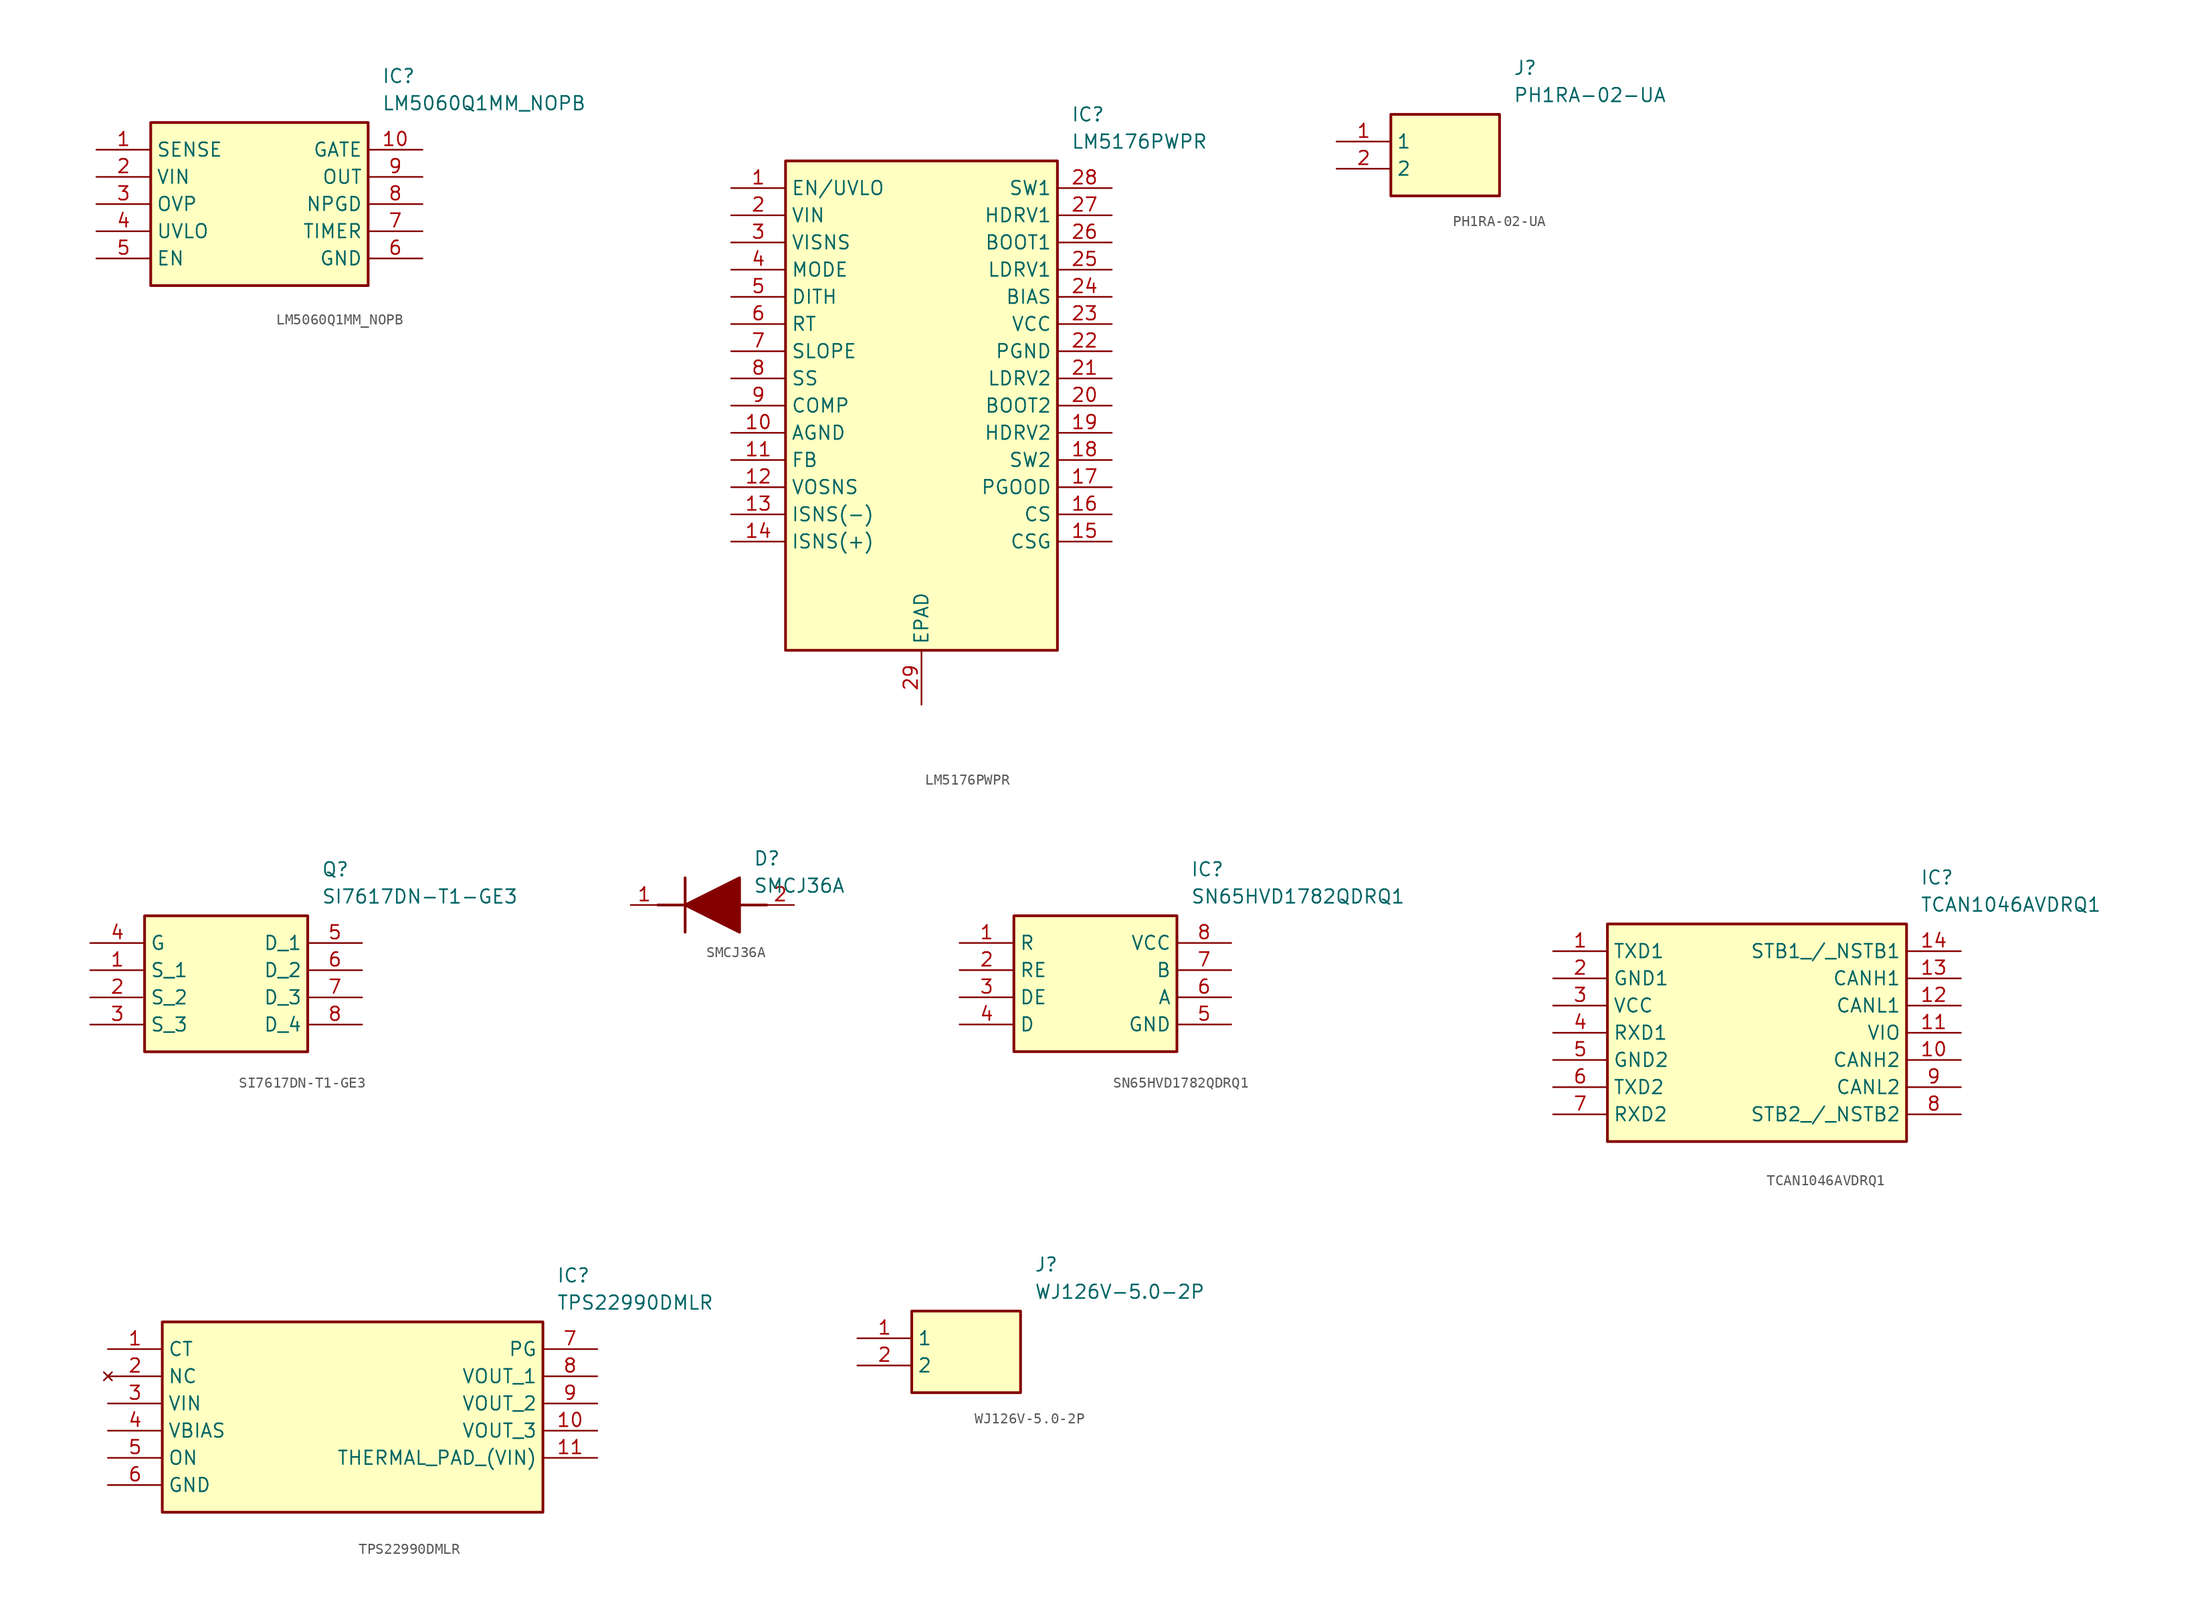
<source format=kicad_sym>
(kicad_symbol_lib
  (version 20241209)
  (generator "kicad_symbol_editor")
  (generator_version "9.0")
  (symbol "LM5060Q1MM_NOPB"
    (property "Reference" "IC"
      (at 26.67 7.62 0)
      (effects (font (size 1.27 1.27)) (justify left top)))
    (property "Value" "LM5060Q1MM_NOPB"
      (at 26.67 5.08 0)
      (effects (font (size 1.27 1.27)) (justify left top)))
    (symbol "LM5060Q1MM_NOPB_1_1"
      (rectangle (start 5.08 2.54) (end 25.4 -12.7) (stroke (width 0.254) (type default)) (fill (type background)))
      (pin passive line (at 0 0 0) (length 5.08) (name "SENSE" (effects (font (size 1.27 1.27)))) (number "1" (effects (font (size 1.27 1.27)))))
      (pin passive line (at 0 -2.54 0) (length 5.08) (name "VIN" (effects (font (size 1.27 1.27)))) (number "2" (effects (font (size 1.27 1.27)))))
      (pin passive line (at 0 -5.08 0) (length 5.08) (name "OVP" (effects (font (size 1.27 1.27)))) (number "3" (effects (font (size 1.27 1.27)))))
      (pin passive line (at 0 -7.62 0) (length 5.08) (name "UVLO" (effects (font (size 1.27 1.27)))) (number "4" (effects (font (size 1.27 1.27)))))
      (pin passive line (at 0 -10.16 0) (length 5.08) (name "EN" (effects (font (size 1.27 1.27)))) (number "5" (effects (font (size 1.27 1.27)))))
      (pin passive line (at 30.48 0 180) (length 5.08) (name "GATE" (effects (font (size 1.27 1.27)))) (number "10" (effects (font (size 1.27 1.27)))))
      (pin passive line (at 30.48 -2.54 180) (length 5.08) (name "OUT" (effects (font (size 1.27 1.27)))) (number "9" (effects (font (size 1.27 1.27)))))
      (pin passive line (at 30.48 -5.08 180) (length 5.08) (name "NPGD" (effects (font (size 1.27 1.27)))) (number "8" (effects (font (size 1.27 1.27)))))
      (pin passive line (at 30.48 -7.62 180) (length 5.08) (name "TIMER" (effects (font (size 1.27 1.27)))) (number "7" (effects (font (size 1.27 1.27)))))
      (pin passive line (at 30.48 -10.16 180) (length 5.08) (name "GND" (effects (font (size 1.27 1.27)))) (number "6" (effects (font (size 1.27 1.27)))))))
  (symbol "LM5176PWPR"
    (property "Reference" "IC"
      (at 31.75 7.62 0)
      (effects (font (size 1.27 1.27)) (justify left top)))
    (property "Value" "LM5176PWPR"
      (at 31.75 5.08 0)
      (effects (font (size 1.27 1.27)) (justify left top)))
    (symbol "LM5176PWPR_1_1"
      (rectangle (start 5.08 2.54) (end 30.48 -43.18) (stroke (width 0.254) (type default)) (fill (type background)))
      (pin passive line (at 0 0 0) (length 5.08) (name "EN/UVLO" (effects (font (size 1.27 1.27)))) (number "1" (effects (font (size 1.27 1.27)))))
      (pin passive line (at 0 -2.54 0) (length 5.08) (name "VIN" (effects (font (size 1.27 1.27)))) (number "2" (effects (font (size 1.27 1.27)))))
      (pin passive line (at 0 -5.08 0) (length 5.08) (name "VISNS" (effects (font (size 1.27 1.27)))) (number "3" (effects (font (size 1.27 1.27)))))
      (pin passive line (at 0 -7.62 0) (length 5.08) (name "MODE" (effects (font (size 1.27 1.27)))) (number "4" (effects (font (size 1.27 1.27)))))
      (pin passive line (at 0 -10.16 0) (length 5.08) (name "DITH" (effects (font (size 1.27 1.27)))) (number "5" (effects (font (size 1.27 1.27)))))
      (pin passive line (at 0 -12.7 0) (length 5.08) (name "RT" (effects (font (size 1.27 1.27)))) (number "6" (effects (font (size 1.27 1.27)))))
      (pin passive line (at 0 -15.24 0) (length 5.08) (name "SLOPE" (effects (font (size 1.27 1.27)))) (number "7" (effects (font (size 1.27 1.27)))))
      (pin passive line (at 0 -17.78 0) (length 5.08) (name "SS" (effects (font (size 1.27 1.27)))) (number "8" (effects (font (size 1.27 1.27)))))
      (pin passive line (at 0 -20.32 0) (length 5.08) (name "COMP" (effects (font (size 1.27 1.27)))) (number "9" (effects (font (size 1.27 1.27)))))
      (pin passive line (at 0 -22.86 0) (length 5.08) (name "AGND" (effects (font (size 1.27 1.27)))) (number "10" (effects (font (size 1.27 1.27)))))
      (pin passive line (at 0 -25.4 0) (length 5.08) (name "FB" (effects (font (size 1.27 1.27)))) (number "11" (effects (font (size 1.27 1.27)))))
      (pin passive line (at 0 -27.94 0) (length 5.08) (name "VOSNS" (effects (font (size 1.27 1.27)))) (number "12" (effects (font (size 1.27 1.27)))))
      (pin passive line (at 0 -30.48 0) (length 5.08) (name "ISNS(-)" (effects (font (size 1.27 1.27)))) (number "13" (effects (font (size 1.27 1.27)))))
      (pin passive line (at 0 -33.02 0) (length 5.08) (name "ISNS(+)" (effects (font (size 1.27 1.27)))) (number "14" (effects (font (size 1.27 1.27)))))
      (pin passive line (at 17.78 -48.26 90) (length 5.08) (name "EPAD" (effects (font (size 1.27 1.27)))) (number "29" (effects (font (size 1.27 1.27)))))
      (pin passive line (at 35.56 0 180) (length 5.08) (name "SW1" (effects (font (size 1.27 1.27)))) (number "28" (effects (font (size 1.27 1.27)))))
      (pin passive line (at 35.56 -2.54 180) (length 5.08) (name "HDRV1" (effects (font (size 1.27 1.27)))) (number "27" (effects (font (size 1.27 1.27)))))
      (pin passive line (at 35.56 -5.08 180) (length 5.08) (name "BOOT1" (effects (font (size 1.27 1.27)))) (number "26" (effects (font (size 1.27 1.27)))))
      (pin passive line (at 35.56 -7.62 180) (length 5.08) (name "LDRV1" (effects (font (size 1.27 1.27)))) (number "25" (effects (font (size 1.27 1.27)))))
      (pin passive line (at 35.56 -10.16 180) (length 5.08) (name "BIAS" (effects (font (size 1.27 1.27)))) (number "24" (effects (font (size 1.27 1.27)))))
      (pin passive line (at 35.56 -12.7 180) (length 5.08) (name "VCC" (effects (font (size 1.27 1.27)))) (number "23" (effects (font (size 1.27 1.27)))))
      (pin passive line (at 35.56 -15.24 180) (length 5.08) (name "PGND" (effects (font (size 1.27 1.27)))) (number "22" (effects (font (size 1.27 1.27)))))
      (pin passive line (at 35.56 -17.78 180) (length 5.08) (name "LDRV2" (effects (font (size 1.27 1.27)))) (number "21" (effects (font (size 1.27 1.27)))))
      (pin passive line (at 35.56 -20.32 180) (length 5.08) (name "BOOT2" (effects (font (size 1.27 1.27)))) (number "20" (effects (font (size 1.27 1.27)))))
      (pin passive line (at 35.56 -22.86 180) (length 5.08) (name "HDRV2" (effects (font (size 1.27 1.27)))) (number "19" (effects (font (size 1.27 1.27)))))
      (pin passive line (at 35.56 -25.4 180) (length 5.08) (name "SW2" (effects (font (size 1.27 1.27)))) (number "18" (effects (font (size 1.27 1.27)))))
      (pin passive line (at 35.56 -27.94 180) (length 5.08) (name "PGOOD" (effects (font (size 1.27 1.27)))) (number "17" (effects (font (size 1.27 1.27)))))
      (pin passive line (at 35.56 -30.48 180) (length 5.08) (name "CS" (effects (font (size 1.27 1.27)))) (number "16" (effects (font (size 1.27 1.27)))))
      (pin passive line (at 35.56 -33.02 180) (length 5.08) (name "CSG" (effects (font (size 1.27 1.27)))) (number "15" (effects (font (size 1.27 1.27)))))))
  (symbol "PH1RA-02-UA"
    (property "Reference" "J"
      (at 16.51 7.62 0)
      (effects (font (size 1.27 1.27)) (justify left top)))
    (property "Value" "PH1RA-02-UA"
      (at 16.51 5.08 0)
      (effects (font (size 1.27 1.27)) (justify left top)))
    (symbol "PH1RA-02-UA_1_1"
      (rectangle (start 5.08 2.54) (end 15.24 -5.08) (stroke (width 0.254) (type default)) (fill (type background)))
      (pin passive line (at 0 0 0) (length 5.08) (name "1" (effects (font (size 1.27 1.27)))) (number "1" (effects (font (size 1.27 1.27)))))
      (pin passive line (at 0 -2.54 0) (length 5.08) (name "2" (effects (font (size 1.27 1.27)))) (number "2" (effects (font (size 1.27 1.27)))))))
  (symbol "SI7617DN-T1-GE3"
    (property "Reference" "Q"
      (at 21.59 7.62 0)
      (effects (font (size 1.27 1.27)) (justify left top)))
    (property "Value" "SI7617DN-T1-GE3"
      (at 21.59 5.08 0)
      (effects (font (size 1.27 1.27)) (justify left top)))
    (symbol "SI7617DN-T1-GE3_1_1"
      (rectangle (start 5.08 2.54) (end 20.32 -10.16) (stroke (width 0.254) (type default)) (fill (type background)))
      (pin passive line (at 0 0 0) (length 5.08) (name "G" (effects (font (size 1.27 1.27)))) (number "4" (effects (font (size 1.27 1.27)))))
      (pin passive line (at 0 -2.54 0) (length 5.08) (name "S_1" (effects (font (size 1.27 1.27)))) (number "1" (effects (font (size 1.27 1.27)))))
      (pin passive line (at 0 -5.08 0) (length 5.08) (name "S_2" (effects (font (size 1.27 1.27)))) (number "2" (effects (font (size 1.27 1.27)))))
      (pin passive line (at 0 -7.62 0) (length 5.08) (name "S_3" (effects (font (size 1.27 1.27)))) (number "3" (effects (font (size 1.27 1.27)))))
      (pin passive line (at 25.4 0 180) (length 5.08) (name "D_1" (effects (font (size 1.27 1.27)))) (number "5" (effects (font (size 1.27 1.27)))))
      (pin passive line (at 25.4 -2.54 180) (length 5.08) (name "D_2" (effects (font (size 1.27 1.27)))) (number "6" (effects (font (size 1.27 1.27)))))
      (pin passive line (at 25.4 -5.08 180) (length 5.08) (name "D_3" (effects (font (size 1.27 1.27)))) (number "7" (effects (font (size 1.27 1.27)))))
      (pin passive line (at 25.4 -7.62 180) (length 5.08) (name "D_4" (effects (font (size 1.27 1.27)))) (number "8" (effects (font (size 1.27 1.27)))))))
  (symbol "SMCJ36A"
    (pin_names
      (hide yes))
    (property "Reference" "D"
      (at 11.43 5.08 0)
      (effects (font (size 1.27 1.27)) (justify left top)))
    (property "Value" "SMCJ36A"
      (at 11.43 2.54 0)
      (effects (font (size 1.27 1.27)) (justify left top)))
    (symbol "SMCJ36A_1_1"
      (polyline (pts (xy 2.54 0) (xy 5.08 0)) (stroke (width 0.254) (type default)) (fill (type none)))
      (polyline (pts (xy 5.08 2.54) (xy 5.08 -2.54)) (stroke (width 0.254) (type default)) (fill (type none)))
      (polyline (pts (xy 5.08 0) (xy 10.16 2.54) (xy 10.16 -2.54) (xy 5.08 0)) (stroke (width 0.254) (type default)) (fill (type outline)))
      (polyline (pts (xy 10.16 0) (xy 12.7 0)) (stroke (width 0.254) (type default)) (fill (type none)))
      (pin passive line (at 0 0 0) (length 2.54) (name "K" (effects (font (size 1.27 1.27)))) (number "1" (effects (font (size 1.27 1.27)))))
      (pin passive line (at 15.24 0 180) (length 2.54) (name "A" (effects (font (size 1.27 1.27)))) (number "2" (effects (font (size 1.27 1.27)))))))
  (symbol "SN65HVD1782QDRQ1"
    (property "Reference" "IC"
      (at 21.59 7.62 0)
      (effects (font (size 1.27 1.27)) (justify left top)))
    (property "Value" "SN65HVD1782QDRQ1"
      (at 21.59 5.08 0)
      (effects (font (size 1.27 1.27)) (justify left top)))
    (symbol "SN65HVD1782QDRQ1_1_1"
      (rectangle (start 5.08 2.54) (end 20.32 -10.16) (stroke (width 0.254) (type default)) (fill (type background)))
      (pin passive line (at 0 0 0) (length 5.08) (name "R" (effects (font (size 1.27 1.27)))) (number "1" (effects (font (size 1.27 1.27)))))
      (pin passive line (at 0 -2.54 0) (length 5.08) (name "RE" (effects (font (size 1.27 1.27)))) (number "2" (effects (font (size 1.27 1.27)))))
      (pin passive line (at 0 -5.08 0) (length 5.08) (name "DE" (effects (font (size 1.27 1.27)))) (number "3" (effects (font (size 1.27 1.27)))))
      (pin passive line (at 0 -7.62 0) (length 5.08) (name "D" (effects (font (size 1.27 1.27)))) (number "4" (effects (font (size 1.27 1.27)))))
      (pin passive line (at 25.4 0 180) (length 5.08) (name "VCC" (effects (font (size 1.27 1.27)))) (number "8" (effects (font (size 1.27 1.27)))))
      (pin passive line (at 25.4 -2.54 180) (length 5.08) (name "B" (effects (font (size 1.27 1.27)))) (number "7" (effects (font (size 1.27 1.27)))))
      (pin passive line (at 25.4 -5.08 180) (length 5.08) (name "A" (effects (font (size 1.27 1.27)))) (number "6" (effects (font (size 1.27 1.27)))))
      (pin passive line (at 25.4 -7.62 180) (length 5.08) (name "GND" (effects (font (size 1.27 1.27)))) (number "5" (effects (font (size 1.27 1.27)))))))
  (symbol "TCAN1046AVDRQ1"
    (property "Reference" "IC"
      (at 34.29 7.62 0)
      (effects (font (size 1.27 1.27)) (justify left top)))
    (property "Value" "TCAN1046AVDRQ1"
      (at 34.29 5.08 0)
      (effects (font (size 1.27 1.27)) (justify left top)))
    (symbol "TCAN1046AVDRQ1_1_1"
      (rectangle (start 5.08 2.54) (end 33.02 -17.78) (stroke (width 0.254) (type default)) (fill (type background)))
      (pin passive line (at 0 0 0) (length 5.08) (name "TXD1" (effects (font (size 1.27 1.27)))) (number "1" (effects (font (size 1.27 1.27)))))
      (pin passive line (at 0 -2.54 0) (length 5.08) (name "GND1" (effects (font (size 1.27 1.27)))) (number "2" (effects (font (size 1.27 1.27)))))
      (pin passive line (at 0 -5.08 0) (length 5.08) (name "VCC" (effects (font (size 1.27 1.27)))) (number "3" (effects (font (size 1.27 1.27)))))
      (pin passive line (at 0 -7.62 0) (length 5.08) (name "RXD1" (effects (font (size 1.27 1.27)))) (number "4" (effects (font (size 1.27 1.27)))))
      (pin passive line (at 0 -10.16 0) (length 5.08) (name "GND2" (effects (font (size 1.27 1.27)))) (number "5" (effects (font (size 1.27 1.27)))))
      (pin passive line (at 0 -12.7 0) (length 5.08) (name "TXD2" (effects (font (size 1.27 1.27)))) (number "6" (effects (font (size 1.27 1.27)))))
      (pin passive line (at 0 -15.24 0) (length 5.08) (name "RXD2" (effects (font (size 1.27 1.27)))) (number "7" (effects (font (size 1.27 1.27)))))
      (pin passive line (at 38.1 0 180) (length 5.08) (name "STB1_/_NSTB1" (effects (font (size 1.27 1.27)))) (number "14" (effects (font (size 1.27 1.27)))))
      (pin passive line (at 38.1 -2.54 180) (length 5.08) (name "CANH1" (effects (font (size 1.27 1.27)))) (number "13" (effects (font (size 1.27 1.27)))))
      (pin passive line (at 38.1 -5.08 180) (length 5.08) (name "CANL1" (effects (font (size 1.27 1.27)))) (number "12" (effects (font (size 1.27 1.27)))))
      (pin passive line (at 38.1 -7.62 180) (length 5.08) (name "VIO" (effects (font (size 1.27 1.27)))) (number "11" (effects (font (size 1.27 1.27)))))
      (pin passive line (at 38.1 -10.16 180) (length 5.08) (name "CANH2" (effects (font (size 1.27 1.27)))) (number "10" (effects (font (size 1.27 1.27)))))
      (pin passive line (at 38.1 -12.7 180) (length 5.08) (name "CANL2" (effects (font (size 1.27 1.27)))) (number "9" (effects (font (size 1.27 1.27)))))
      (pin passive line (at 38.1 -15.24 180) (length 5.08) (name "STB2_/_NSTB2" (effects (font (size 1.27 1.27)))) (number "8" (effects (font (size 1.27 1.27)))))))
  (symbol "TPS22990DMLR"
    (property "Reference" "IC"
      (at 41.91 7.62 0)
      (effects (font (size 1.27 1.27)) (justify left top)))
    (property "Value" "TPS22990DMLR"
      (at 41.91 5.08 0)
      (effects (font (size 1.27 1.27)) (justify left top)))
    (symbol "TPS22990DMLR_1_1"
      (rectangle (start 5.08 2.54) (end 40.64 -15.24) (stroke (width 0.254) (type default)) (fill (type background)))
      (pin passive line (at 0 0 0) (length 5.08) (name "CT" (effects (font (size 1.27 1.27)))) (number "1" (effects (font (size 1.27 1.27)))))
      (pin no_connect line (at 0 -2.54 0) (length 5.08) (name "NC" (effects (font (size 1.27 1.27)))) (number "2" (effects (font (size 1.27 1.27)))))
      (pin passive line (at 0 -5.08 0) (length 5.08) (name "VIN" (effects (font (size 1.27 1.27)))) (number "3" (effects (font (size 1.27 1.27)))))
      (pin passive line (at 0 -7.62 0) (length 5.08) (name "VBIAS" (effects (font (size 1.27 1.27)))) (number "4" (effects (font (size 1.27 1.27)))))
      (pin passive line (at 0 -10.16 0) (length 5.08) (name "ON" (effects (font (size 1.27 1.27)))) (number "5" (effects (font (size 1.27 1.27)))))
      (pin passive line (at 0 -12.7 0) (length 5.08) (name "GND" (effects (font (size 1.27 1.27)))) (number "6" (effects (font (size 1.27 1.27)))))
      (pin passive line (at 45.72 0 180) (length 5.08) (name "PG" (effects (font (size 1.27 1.27)))) (number "7" (effects (font (size 1.27 1.27)))))
      (pin passive line (at 45.72 -2.54 180) (length 5.08) (name "VOUT_1" (effects (font (size 1.27 1.27)))) (number "8" (effects (font (size 1.27 1.27)))))
      (pin passive line (at 45.72 -5.08 180) (length 5.08) (name "VOUT_2" (effects (font (size 1.27 1.27)))) (number "9" (effects (font (size 1.27 1.27)))))
      (pin passive line (at 45.72 -7.62 180) (length 5.08) (name "VOUT_3" (effects (font (size 1.27 1.27)))) (number "10" (effects (font (size 1.27 1.27)))))
      (pin passive line (at 45.72 -10.16 180) (length 5.08) (name "THERMAL_PAD_(VIN)" (effects (font (size 1.27 1.27)))) (number "11" (effects (font (size 1.27 1.27)))))))
  (symbol "WJ126V-5.0-2P"
    (property "Reference" "J"
      (at 16.51 7.62 0)
      (effects (font (size 1.27 1.27)) (justify left top)))
    (property "Value" "WJ126V-5.0-2P"
      (at 16.51 5.08 0)
      (effects (font (size 1.27 1.27)) (justify left top)))
    (symbol "WJ126V-5.0-2P_1_1"
      (rectangle (start 5.08 2.54) (end 15.24 -5.08) (stroke (width 0.254) (type default)) (fill (type background)))
      (pin passive line (at 0 0 0) (length 5.08) (name "1" (effects (font (size 1.27 1.27)))) (number "1" (effects (font (size 1.27 1.27)))))
      (pin passive line (at 0 -2.54 0) (length 5.08) (name "2" (effects (font (size 1.27 1.27)))) (number "2" (effects (font (size 1.27 1.27))))))))
</source>
